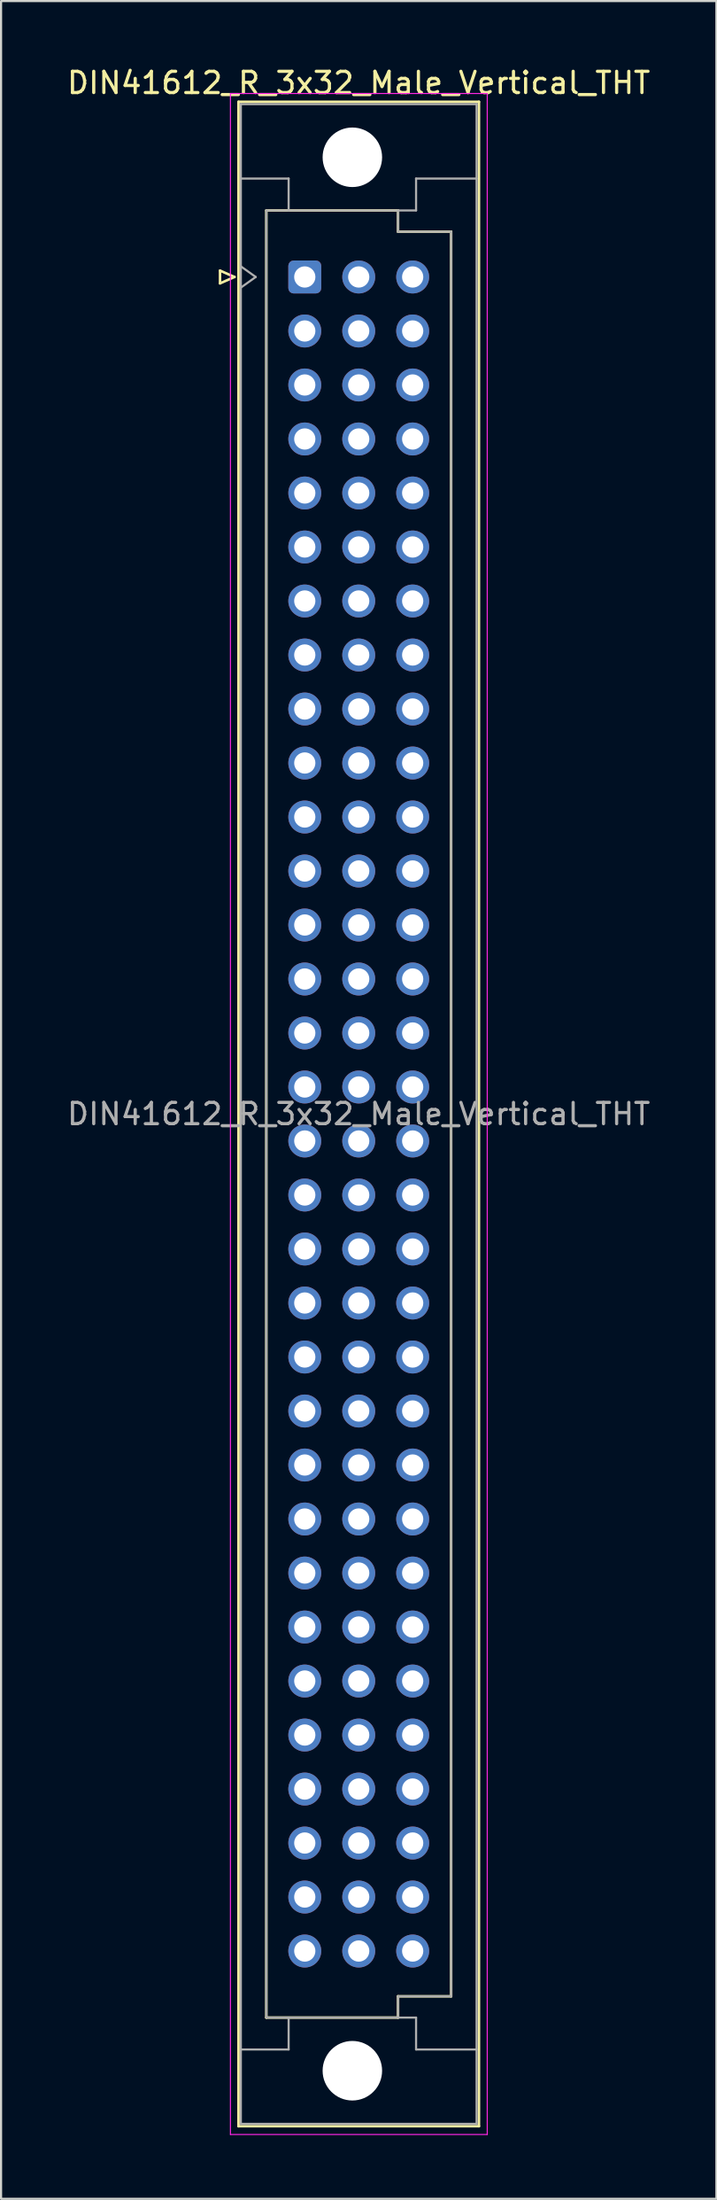
<source format=kicad_pcb>
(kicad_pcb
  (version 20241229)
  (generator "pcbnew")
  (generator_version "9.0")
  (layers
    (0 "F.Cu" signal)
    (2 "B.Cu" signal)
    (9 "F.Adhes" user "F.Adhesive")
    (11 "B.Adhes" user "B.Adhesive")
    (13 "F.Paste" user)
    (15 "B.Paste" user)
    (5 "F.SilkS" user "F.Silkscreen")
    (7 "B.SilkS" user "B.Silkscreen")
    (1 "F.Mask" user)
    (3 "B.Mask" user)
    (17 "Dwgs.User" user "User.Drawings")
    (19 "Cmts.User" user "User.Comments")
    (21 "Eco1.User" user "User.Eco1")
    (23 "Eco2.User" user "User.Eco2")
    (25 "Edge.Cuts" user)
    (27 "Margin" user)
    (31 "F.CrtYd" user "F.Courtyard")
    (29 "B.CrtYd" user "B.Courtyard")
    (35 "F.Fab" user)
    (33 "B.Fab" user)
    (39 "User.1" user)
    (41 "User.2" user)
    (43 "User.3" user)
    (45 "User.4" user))
  (footprint "DIN41612_R_3x32_Male_Vertical_THT"
    (layer "F.Cu")
    (at 11.299 9.978)
    (property "Reference" "DIN41612_R_3x32_Male_Vertical_THT" (at 2.54 -9.13 0) (layer "F.SilkS") (effects (font (size 1 1) (thickness 0.15))))
    (attr through_hole)
    (fp_line (start -3.99 -0.3) (end -3.99 0.3) (stroke (width 0.12) (type solid)) (layer "F.SilkS"))
    (fp_line (start -3.99 0.3) (end -3.31 0) (stroke (width 0.12) (type solid)) (layer "F.SilkS"))
    (fp_line (start -3.31 0) (end -3.99 -0.3) (stroke (width 0.12) (type solid)) (layer "F.SilkS"))
    (fp_line (start -3.12 -8.24) (end 8.2 -8.24) (stroke (width 0.12) (type solid)) (layer "F.SilkS"))
    (fp_line (start -3.12 86.98) (end -3.12 -8.24) (stroke (width 0.12) (type solid)) (layer "F.SilkS"))
    (fp_line (start -1.81 -3.131) (end 4.39 -3.131) (stroke (width 0.12) (type solid)) (layer "F.SilkS"))
    (fp_line (start -1.81 81.87) (end -1.81 -3.131) (stroke (width 0.12) (type solid)) (layer "F.SilkS"))
    (fp_line (start 4.39 -3.131) (end 4.39 -2.131) (stroke (width 0.12) (type solid)) (layer "F.SilkS"))
    (fp_line (start 4.39 -2.131) (end 6.89 -2.131) (stroke (width 0.12) (type solid)) (layer "F.SilkS"))
    (fp_line (start 4.39 80.87) (end 4.39 81.87) (stroke (width 0.12) (type solid)) (layer "F.SilkS"))
    (fp_line (start 4.39 81.87) (end -1.81 81.87) (stroke (width 0.12) (type solid)) (layer "F.SilkS"))
    (fp_line (start 6.89 -2.131) (end 6.89 80.87) (stroke (width 0.12) (type solid)) (layer "F.SilkS"))
    (fp_line (start 6.89 80.87) (end 4.39 80.87) (stroke (width 0.12) (type solid)) (layer "F.SilkS"))
    (fp_line (start 8.2 -8.24) (end 8.2 86.98) (stroke (width 0.12) (type solid)) (layer "F.SilkS"))
    (fp_line (start 8.2 86.98) (end -3.12 86.98) (stroke (width 0.12) (type solid)) (layer "F.SilkS"))
    (fp_line (start -3.5 -8.63) (end 8.59 -8.63) (stroke (width 0.05) (type solid)) (layer "F.CrtYd"))
    (fp_line (start -3.5 87.37) (end -3.5 -8.63) (stroke (width 0.05) (type solid)) (layer "F.CrtYd"))
    (fp_line (start 8.59 -8.63) (end 8.59 87.37) (stroke (width 0.05) (type solid)) (layer "F.CrtYd"))
    (fp_line (start 8.59 87.37) (end -3.5 87.37) (stroke (width 0.05) (type solid)) (layer "F.CrtYd"))
    (fp_line (start -3.01 -8.13) (end 8.09 -8.13) (stroke (width 0.1) (type solid)) (layer "F.Fab"))
    (fp_line (start -3.01 -4.63) (end -0.76 -4.63) (stroke (width 0.1) (type solid)) (layer "F.Fab"))
    (fp_line (start -3.01 -0.5) (end -2.31 0) (stroke (width 0.1) (type solid)) (layer "F.Fab"))
    (fp_line (start -3.01 83.37) (end -0.76 83.37) (stroke (width 0.1) (type solid)) (layer "F.Fab"))
    (fp_line (start -3.01 86.87) (end -3.01 -8.13) (stroke (width 0.1) (type solid)) (layer "F.Fab"))
    (fp_line (start -2.31 0) (end -3.01 0.5) (stroke (width 0.1) (type solid)) (layer "F.Fab"))
    (fp_line (start -1.81 -3.13) (end 4.39 -3.13) (stroke (width 0.1) (type solid)) (layer "F.Fab"))
    (fp_line (start -1.81 81.87) (end -1.81 -3.13) (stroke (width 0.1) (type solid)) (layer "F.Fab"))
    (fp_line (start -0.76 -4.63) (end -0.76 -3.13) (stroke (width 0.1) (type solid)) (layer "F.Fab"))
    (fp_line (start -0.76 83.37) (end -0.76 81.87) (stroke (width 0.1) (type solid)) (layer "F.Fab"))
    (fp_line (start 4.39 -3.13) (end 4.39 -2.13) (stroke (width 0.1) (type solid)) (layer "F.Fab"))
    (fp_line (start 4.39 -3.13) (end 5.24 -3.13) (stroke (width 0.1) (type solid)) (layer "F.Fab"))
    (fp_line (start 4.39 -2.13) (end 6.89 -2.13) (stroke (width 0.1) (type solid)) (layer "F.Fab"))
    (fp_line (start 4.39 80.87) (end 4.39 81.87) (stroke (width 0.1) (type solid)) (layer "F.Fab"))
    (fp_line (start 4.39 81.87) (end -1.81 81.87) (stroke (width 0.1) (type solid)) (layer "F.Fab"))
    (fp_line (start 4.39 81.87) (end 5.24 81.87) (stroke (width 0.1) (type solid)) (layer "F.Fab"))
    (fp_line (start 5.24 -4.63) (end 8.09 -4.63) (stroke (width 0.1) (type solid)) (layer "F.Fab"))
    (fp_line (start 5.24 -3.13) (end 5.24 -4.63) (stroke (width 0.1) (type solid)) (layer "F.Fab"))
    (fp_line (start 5.24 81.87) (end 5.24 83.37) (stroke (width 0.1) (type solid)) (layer "F.Fab"))
    (fp_line (start 5.24 83.37) (end 8.09 83.37) (stroke (width 0.1) (type solid)) (layer "F.Fab"))
    (fp_line (start 6.89 -2.13) (end 6.89 80.87) (stroke (width 0.1) (type solid)) (layer "F.Fab"))
    (fp_line (start 6.89 80.87) (end 4.39 80.87) (stroke (width 0.1) (type solid)) (layer "F.Fab"))
    (fp_line (start 8.09 -8.13) (end 8.09 86.87) (stroke (width 0.1) (type solid)) (layer "F.Fab"))
    (fp_line (start 8.09 86.87) (end -3.01 86.87) (stroke (width 0.1) (type solid)) (layer "F.Fab"))
    (fp_text user "${REFERENCE}" (at 2.54 39.37 0) (layer "F.Fab") (effects (font (size 1 1) (thickness 0.15))))
    (pad "" np_thru_hole circle (at 2.24 -5.63) (size 2.8 2.8) (drill 2.8) (layers "*.Cu" "*.Mask"))
    (pad "" np_thru_hole circle (at 2.24 84.37) (size 2.8 2.8) (drill 2.8) (layers "*.Cu" "*.Mask"))
    (pad "a0" thru_hole roundrect (at 0 0) (size 1.55 1.55) (drill 1) (layers "*.Cu" "*.Mask") (roundrect_rratio 0.161))
    (pad "a1" thru_hole circle (at 0 2.54) (size 1.55 1.55) (drill 1) (layers "*.Cu" "*.Mask"))
    (pad "a2" thru_hole circle (at 0 5.08) (size 1.55 1.55) (drill 1) (layers "*.Cu" "*.Mask"))
    (pad "a3" thru_hole circle (at 0 7.62) (size 1.55 1.55) (drill 1) (layers "*.Cu" "*.Mask"))
    (pad "a4" thru_hole circle (at 0 10.16) (size 1.55 1.55) (drill 1) (layers "*.Cu" "*.Mask"))
    (pad "a5" thru_hole circle (at 0 12.7) (size 1.55 1.55) (drill 1) (layers "*.Cu" "*.Mask"))
    (pad "a6" thru_hole circle (at 0 15.24) (size 1.55 1.55) (drill 1) (layers "*.Cu" "*.Mask"))
    (pad "a7" thru_hole circle (at 0 17.78) (size 1.55 1.55) (drill 1) (layers "*.Cu" "*.Mask"))
    (pad "a8" thru_hole circle (at 0 20.32) (size 1.55 1.55) (drill 1) (layers "*.Cu" "*.Mask"))
    (pad "a9" thru_hole circle (at 0 22.86) (size 1.55 1.55) (drill 1) (layers "*.Cu" "*.Mask"))
    (pad "a10" thru_hole circle (at 0 25.4) (size 1.55 1.55) (drill 1) (layers "*.Cu" "*.Mask"))
    (pad "a11" thru_hole circle (at 0 27.94) (size 1.55 1.55) (drill 1) (layers "*.Cu" "*.Mask"))
    (pad "a12" thru_hole circle (at 0 30.48) (size 1.55 1.55) (drill 1) (layers "*.Cu" "*.Mask"))
    (pad "a13" thru_hole circle (at 0 33.02) (size 1.55 1.55) (drill 1) (layers "*.Cu" "*.Mask"))
    (pad "a14" thru_hole circle (at 0 35.56) (size 1.55 1.55) (drill 1) (layers "*.Cu" "*.Mask"))
    (pad "a15" thru_hole circle (at 0 38.1) (size 1.55 1.55) (drill 1) (layers "*.Cu" "*.Mask"))
    (pad "a16" thru_hole circle (at 0 40.64) (size 1.55 1.55) (drill 1) (layers "*.Cu" "*.Mask"))
    (pad "a17" thru_hole circle (at 0 43.18) (size 1.55 1.55) (drill 1) (layers "*.Cu" "*.Mask"))
    (pad "a18" thru_hole circle (at 0 45.72) (size 1.55 1.55) (drill 1) (layers "*.Cu" "*.Mask"))
    (pad "a19" thru_hole circle (at 0 48.26) (size 1.55 1.55) (drill 1) (layers "*.Cu" "*.Mask"))
    (pad "a20" thru_hole circle (at 0 50.8) (size 1.55 1.55) (drill 1) (layers "*.Cu" "*.Mask"))
    (pad "a21" thru_hole circle (at 0 53.34) (size 1.55 1.55) (drill 1) (layers "*.Cu" "*.Mask"))
    (pad "a22" thru_hole circle (at 0 55.88) (size 1.55 1.55) (drill 1) (layers "*.Cu" "*.Mask"))
    (pad "a23" thru_hole circle (at 0 58.42) (size 1.55 1.55) (drill 1) (layers "*.Cu" "*.Mask"))
    (pad "a24" thru_hole circle (at 0 60.96) (size 1.55 1.55) (drill 1) (layers "*.Cu" "*.Mask"))
    (pad "a25" thru_hole circle (at 0 63.5) (size 1.55 1.55) (drill 1) (layers "*.Cu" "*.Mask"))
    (pad "a26" thru_hole circle (at 0 66.04) (size 1.55 1.55) (drill 1) (layers "*.Cu" "*.Mask"))
    (pad "a27" thru_hole circle (at 0 68.58) (size 1.55 1.55) (drill 1) (layers "*.Cu" "*.Mask"))
    (pad "a28" thru_hole circle (at 0 71.12) (size 1.55 1.55) (drill 1) (layers "*.Cu" "*.Mask"))
    (pad "a29" thru_hole circle (at 0 73.66) (size 1.55 1.55) (drill 1) (layers "*.Cu" "*.Mask"))
    (pad "a30" thru_hole circle (at 0 76.2) (size 1.55 1.55) (drill 1) (layers "*.Cu" "*.Mask"))
    (pad "a31" thru_hole circle (at 0 78.74) (size 1.55 1.55) (drill 1) (layers "*.Cu" "*.Mask"))
    (pad "b0" thru_hole circle (at 2.54 0) (size 1.55 1.55) (drill 1) (layers "*.Cu" "*.Mask"))
    (pad "b1" thru_hole circle (at 2.54 2.54) (size 1.55 1.55) (drill 1) (layers "*.Cu" "*.Mask"))
    (pad "b2" thru_hole circle (at 2.54 5.08) (size 1.55 1.55) (drill 1) (layers "*.Cu" "*.Mask"))
    (pad "b3" thru_hole circle (at 2.54 7.62) (size 1.55 1.55) (drill 1) (layers "*.Cu" "*.Mask"))
    (pad "b4" thru_hole circle (at 2.54 10.16) (size 1.55 1.55) (drill 1) (layers "*.Cu" "*.Mask"))
    (pad "b5" thru_hole circle (at 2.54 12.7) (size 1.55 1.55) (drill 1) (layers "*.Cu" "*.Mask"))
    (pad "b6" thru_hole circle (at 2.54 15.24) (size 1.55 1.55) (drill 1) (layers "*.Cu" "*.Mask"))
    (pad "b7" thru_hole circle (at 2.54 17.78) (size 1.55 1.55) (drill 1) (layers "*.Cu" "*.Mask"))
    (pad "b8" thru_hole circle (at 2.54 20.32) (size 1.55 1.55) (drill 1) (layers "*.Cu" "*.Mask"))
    (pad "b9" thru_hole circle (at 2.54 22.86) (size 1.55 1.55) (drill 1) (layers "*.Cu" "*.Mask"))
    (pad "b10" thru_hole circle (at 2.54 25.4) (size 1.55 1.55) (drill 1) (layers "*.Cu" "*.Mask"))
    (pad "b11" thru_hole circle (at 2.54 27.94) (size 1.55 1.55) (drill 1) (layers "*.Cu" "*.Mask"))
    (pad "b12" thru_hole circle (at 2.54 30.48) (size 1.55 1.55) (drill 1) (layers "*.Cu" "*.Mask"))
    (pad "b13" thru_hole circle (at 2.54 33.02) (size 1.55 1.55) (drill 1) (layers "*.Cu" "*.Mask"))
    (pad "b14" thru_hole circle (at 2.54 35.56) (size 1.55 1.55) (drill 1) (layers "*.Cu" "*.Mask"))
    (pad "b15" thru_hole circle (at 2.54 38.1) (size 1.55 1.55) (drill 1) (layers "*.Cu" "*.Mask"))
    (pad "b16" thru_hole circle (at 2.54 40.64) (size 1.55 1.55) (drill 1) (layers "*.Cu" "*.Mask"))
    (pad "b17" thru_hole circle (at 2.54 43.18) (size 1.55 1.55) (drill 1) (layers "*.Cu" "*.Mask"))
    (pad "b18" thru_hole circle (at 2.54 45.72) (size 1.55 1.55) (drill 1) (layers "*.Cu" "*.Mask"))
    (pad "b19" thru_hole circle (at 2.54 48.26) (size 1.55 1.55) (drill 1) (layers "*.Cu" "*.Mask"))
    (pad "b20" thru_hole circle (at 2.54 50.8) (size 1.55 1.55) (drill 1) (layers "*.Cu" "*.Mask"))
    (pad "b21" thru_hole circle (at 2.54 53.34) (size 1.55 1.55) (drill 1) (layers "*.Cu" "*.Mask"))
    (pad "b22" thru_hole circle (at 2.54 55.88) (size 1.55 1.55) (drill 1) (layers "*.Cu" "*.Mask"))
    (pad "b23" thru_hole circle (at 2.54 58.42) (size 1.55 1.55) (drill 1) (layers "*.Cu" "*.Mask"))
    (pad "b24" thru_hole circle (at 2.54 60.96) (size 1.55 1.55) (drill 1) (layers "*.Cu" "*.Mask"))
    (pad "b25" thru_hole circle (at 2.54 63.5) (size 1.55 1.55) (drill 1) (layers "*.Cu" "*.Mask"))
    (pad "b26" thru_hole circle (at 2.54 66.04) (size 1.55 1.55) (drill 1) (layers "*.Cu" "*.Mask"))
    (pad "b27" thru_hole circle (at 2.54 68.58) (size 1.55 1.55) (drill 1) (layers "*.Cu" "*.Mask"))
    (pad "b28" thru_hole circle (at 2.54 71.12) (size 1.55 1.55) (drill 1) (layers "*.Cu" "*.Mask"))
    (pad "b29" thru_hole circle (at 2.54 73.66) (size 1.55 1.55) (drill 1) (layers "*.Cu" "*.Mask"))
    (pad "b30" thru_hole circle (at 2.54 76.2) (size 1.55 1.55) (drill 1) (layers "*.Cu" "*.Mask"))
    (pad "b31" thru_hole circle (at 2.54 78.74) (size 1.55 1.55) (drill 1) (layers "*.Cu" "*.Mask"))
    (pad "c0" thru_hole circle (at 5.08 0) (size 1.55 1.55) (drill 1) (layers "*.Cu" "*.Mask"))
    (pad "c1" thru_hole circle (at 5.08 2.54) (size 1.55 1.55) (drill 1) (layers "*.Cu" "*.Mask"))
    (pad "c2" thru_hole circle (at 5.08 5.08) (size 1.55 1.55) (drill 1) (layers "*.Cu" "*.Mask"))
    (pad "c3" thru_hole circle (at 5.08 7.62) (size 1.55 1.55) (drill 1) (layers "*.Cu" "*.Mask"))
    (pad "c4" thru_hole circle (at 5.08 10.16) (size 1.55 1.55) (drill 1) (layers "*.Cu" "*.Mask"))
    (pad "c5" thru_hole circle (at 5.08 12.7) (size 1.55 1.55) (drill 1) (layers "*.Cu" "*.Mask"))
    (pad "c6" thru_hole circle (at 5.08 15.24) (size 1.55 1.55) (drill 1) (layers "*.Cu" "*.Mask"))
    (pad "c7" thru_hole circle (at 5.08 17.78) (size 1.55 1.55) (drill 1) (layers "*.Cu" "*.Mask"))
    (pad "c8" thru_hole circle (at 5.08 20.32) (size 1.55 1.55) (drill 1) (layers "*.Cu" "*.Mask"))
    (pad "c9" thru_hole circle (at 5.08 22.86) (size 1.55 1.55) (drill 1) (layers "*.Cu" "*.Mask"))
    (pad "c10" thru_hole circle (at 5.08 25.4) (size 1.55 1.55) (drill 1) (layers "*.Cu" "*.Mask"))
    (pad "c11" thru_hole circle (at 5.08 27.94) (size 1.55 1.55) (drill 1) (layers "*.Cu" "*.Mask"))
    (pad "c12" thru_hole circle (at 5.08 30.48) (size 1.55 1.55) (drill 1) (layers "*.Cu" "*.Mask"))
    (pad "c13" thru_hole circle (at 5.08 33.02) (size 1.55 1.55) (drill 1) (layers "*.Cu" "*.Mask"))
    (pad "c14" thru_hole circle (at 5.08 35.56) (size 1.55 1.55) (drill 1) (layers "*.Cu" "*.Mask"))
    (pad "c15" thru_hole circle (at 5.08 38.1) (size 1.55 1.55) (drill 1) (layers "*.Cu" "*.Mask"))
    (pad "c16" thru_hole circle (at 5.08 40.64) (size 1.55 1.55) (drill 1) (layers "*.Cu" "*.Mask"))
    (pad "c17" thru_hole circle (at 5.08 43.18) (size 1.55 1.55) (drill 1) (layers "*.Cu" "*.Mask"))
    (pad "c18" thru_hole circle (at 5.08 45.72) (size 1.55 1.55) (drill 1) (layers "*.Cu" "*.Mask"))
    (pad "c19" thru_hole circle (at 5.08 48.26) (size 1.55 1.55) (drill 1) (layers "*.Cu" "*.Mask"))
    (pad "c20" thru_hole circle (at 5.08 50.8) (size 1.55 1.55) (drill 1) (layers "*.Cu" "*.Mask"))
    (pad "c21" thru_hole circle (at 5.08 53.34) (size 1.55 1.55) (drill 1) (layers "*.Cu" "*.Mask"))
    (pad "c22" thru_hole circle (at 5.08 55.88) (size 1.55 1.55) (drill 1) (layers "*.Cu" "*.Mask"))
    (pad "c23" thru_hole circle (at 5.08 58.42) (size 1.55 1.55) (drill 1) (layers "*.Cu" "*.Mask"))
    (pad "c24" thru_hole circle (at 5.08 60.96) (size 1.55 1.55) (drill 1) (layers "*.Cu" "*.Mask"))
    (pad "c25" thru_hole circle (at 5.08 63.5) (size 1.55 1.55) (drill 1) (layers "*.Cu" "*.Mask"))
    (pad "c26" thru_hole circle (at 5.08 66.04) (size 1.55 1.55) (drill 1) (layers "*.Cu" "*.Mask"))
    (pad "c27" thru_hole circle (at 5.08 68.58) (size 1.55 1.55) (drill 1) (layers "*.Cu" "*.Mask"))
    (pad "c28" thru_hole circle (at 5.08 71.12) (size 1.55 1.55) (drill 1) (layers "*.Cu" "*.Mask"))
    (pad "c29" thru_hole circle (at 5.08 73.66) (size 1.55 1.55) (drill 1) (layers "*.Cu" "*.Mask"))
    (pad "c30" thru_hole circle (at 5.08 76.2) (size 1.55 1.55) (drill 1) (layers "*.Cu" "*.Mask"))
    (pad "c31" thru_hole circle (at 5.08 78.74) (size 1.55 1.55) (drill 1) (layers "*.Cu" "*.Mask")))
  (gr_rect
    (start -3 -3)
    (end 30.679 100.373)
    (stroke (width 0.1) (type default))
    (fill no)
    (layer "Edge.Cuts")))
</source>
